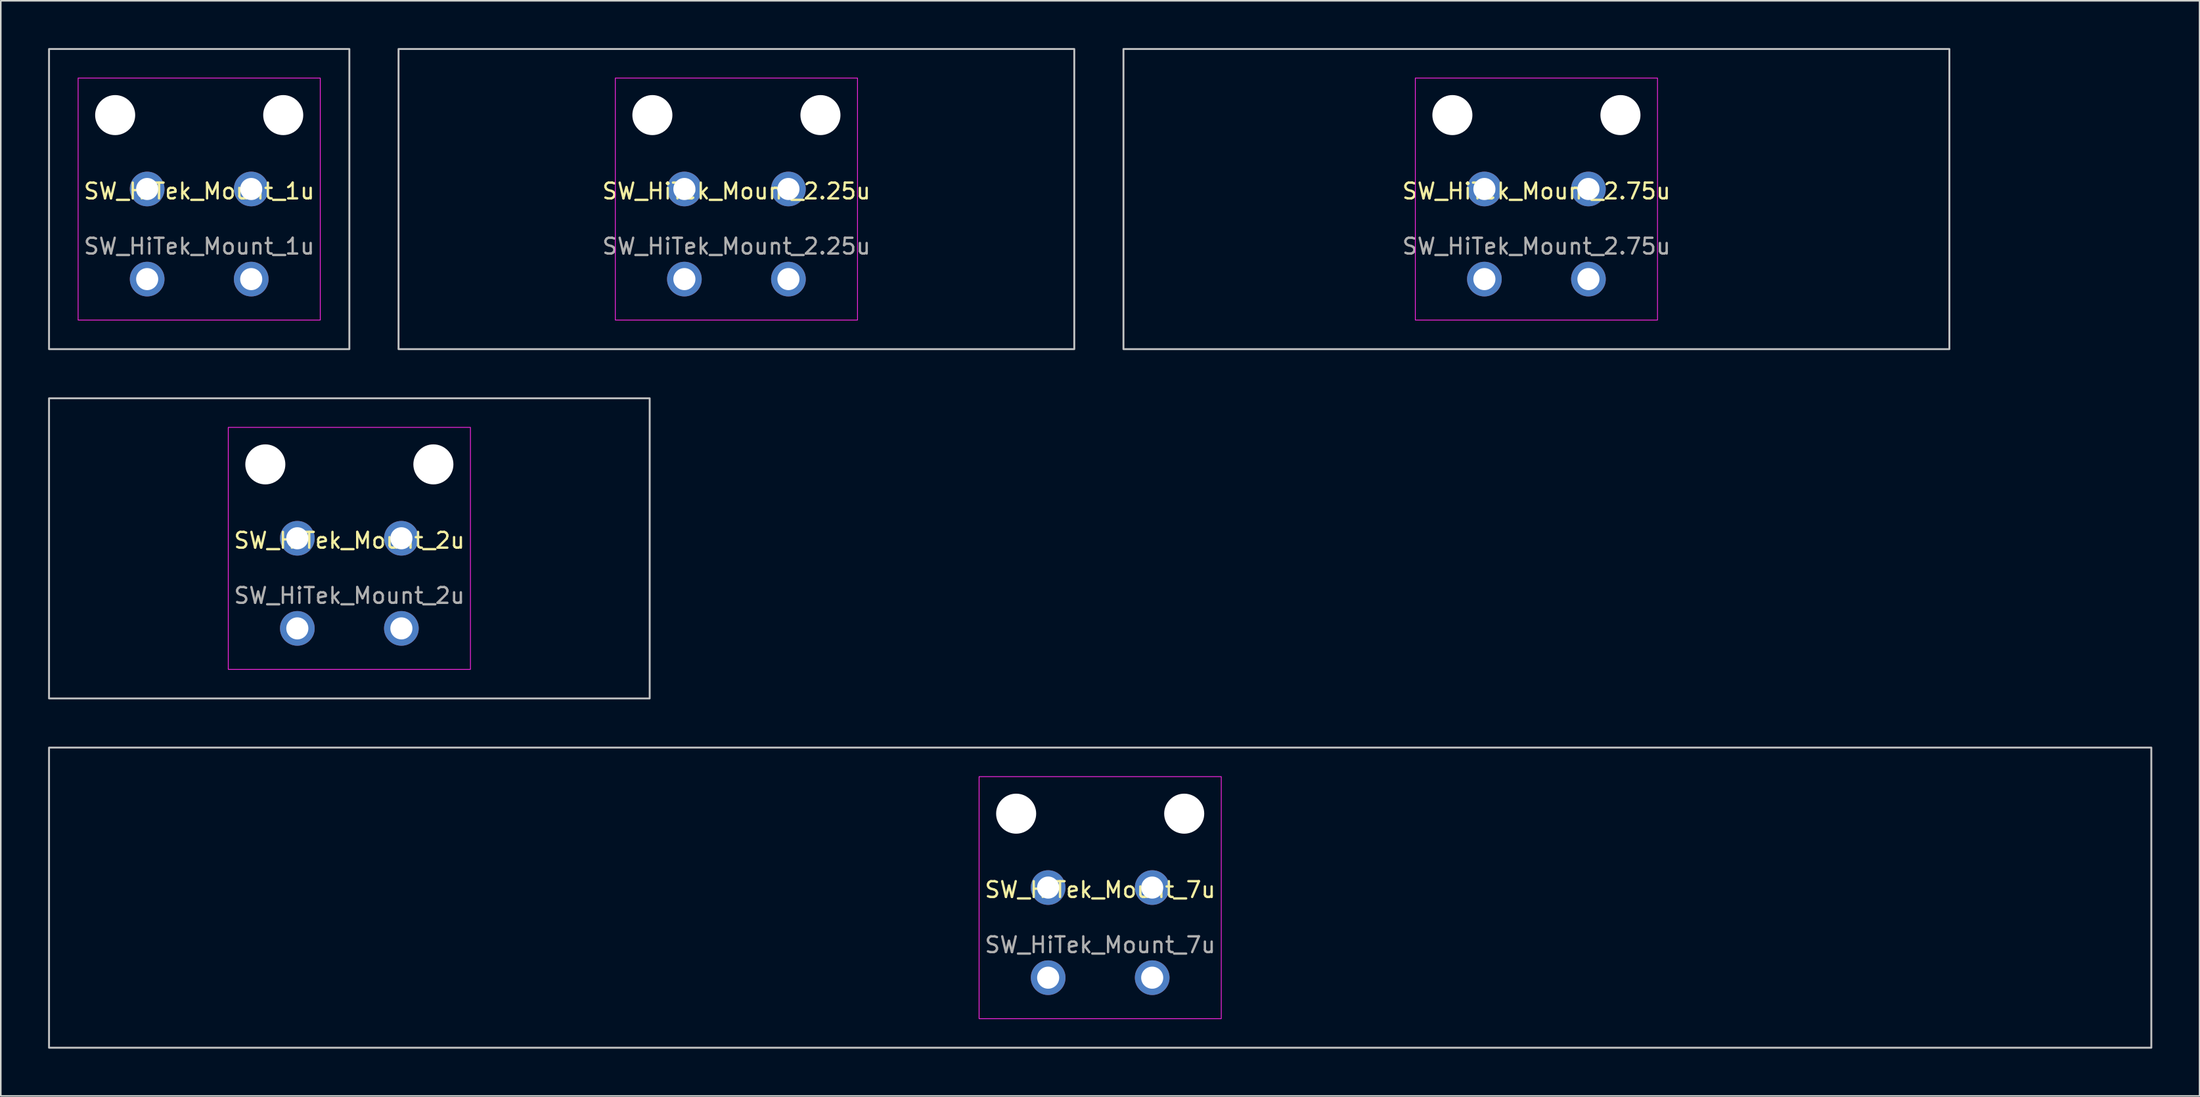
<source format=kicad_pcb>
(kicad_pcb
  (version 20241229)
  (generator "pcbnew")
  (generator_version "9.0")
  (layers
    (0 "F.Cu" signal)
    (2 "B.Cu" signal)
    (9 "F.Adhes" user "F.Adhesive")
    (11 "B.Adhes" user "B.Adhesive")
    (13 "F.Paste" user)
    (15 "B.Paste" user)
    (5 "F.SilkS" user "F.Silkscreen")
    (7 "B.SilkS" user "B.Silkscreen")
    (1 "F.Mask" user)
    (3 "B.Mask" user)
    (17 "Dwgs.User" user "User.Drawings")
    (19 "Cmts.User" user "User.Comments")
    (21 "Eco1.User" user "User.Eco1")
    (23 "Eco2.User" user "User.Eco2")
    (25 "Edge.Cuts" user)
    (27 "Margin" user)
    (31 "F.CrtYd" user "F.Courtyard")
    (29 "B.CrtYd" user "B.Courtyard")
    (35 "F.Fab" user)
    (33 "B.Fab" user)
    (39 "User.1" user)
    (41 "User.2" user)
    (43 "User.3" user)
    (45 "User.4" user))
  (footprint "SW_HiTek_Mount_7u"
    (layer "F.Cu")
    (at 66.735 53.925)
    (property "Reference" "SW_HiTek_Mount_7u" (at 0 -0.5 0) (unlocked yes) (layer "F.SilkS") (effects (font (size 1 1) (thickness 0.15))))
    (attr through_hole exclude_from_pos_files exclude_from_bom)
    (fp_rect (start -66.675 -9.525) (end 66.675 9.525) (stroke (width 0.12) (type solid)) (fill no) (layer "Dwgs.User"))
    (fp_line (start -7.81 7.31) (end -7.81 -7.31) (stroke (width 0.05) (type solid)) (layer "Eco2.User"))
    (fp_line (start -7.31 -7.81) (end 7.31 -7.81) (stroke (width 0.05) (type solid)) (layer "Eco2.User"))
    (fp_line (start 7.31 7.81) (end -7.31 7.81) (stroke (width 0.05) (type solid)) (layer "Eco2.User"))
    (fp_line (start 7.81 7.31) (end 7.81 -7.31) (stroke (width 0.05) (type solid)) (layer "Eco2.User"))
    (fp_arc (start -7.81 -7.31) (mid -7.663553 -7.663553) (end -7.31 -7.81) (stroke (width 0.05) (type solid)) (layer "Eco2.User"))
    (fp_arc (start -7.31 7.81) (mid -7.663553 7.663553) (end -7.81 7.31) (stroke (width 0.05) (type solid)) (layer "Eco2.User"))
    (fp_arc (start 7.31 -7.81) (mid 7.663553 -7.663553) (end 7.81 -7.31) (stroke (width 0.05) (type solid)) (layer "Eco2.User"))
    (fp_arc (start 7.81 7.31) (mid 7.663553 7.663553) (end 7.31 7.81) (stroke (width 0.05) (type solid)) (layer "Eco2.User"))
    (fp_rect (start -7.68 -7.68) (end 7.68 7.68) (stroke (width 0.05) (type solid)) (fill no) (layer "F.CrtYd"))
    (fp_text user "${REFERENCE}" (at 0 3 0) (layer "F.Fab") (effects (font (size 1 1) (thickness 0.15))))
    (pad "" np_thru_hole circle (at -5.33 -5.33) (size 2.54 2.54) (drill 2.54) (layers "*.Cu" "*.Mask"))
    (pad "" np_thru_hole circle (at 5.33 -5.33) (size 2.54 2.54) (drill 2.54) (layers "*.Cu" "*.Mask"))
    (pad "1" thru_hole circle (at -3.3 -0.64) (size 2.2 2.2) (drill 1.4) (layers "*.Cu" "B.Mask"))
    (pad "1" thru_hole circle (at -3.3 5.08) (size 2.2 2.2) (drill 1.4) (layers "*.Cu" "B.Mask"))
    (pad "2" thru_hole circle (at 3.3 -0.64) (size 2.2 2.2) (drill 1.4) (layers "*.Cu" "B.Mask"))
    (pad "2" thru_hole circle (at 3.3 5.08) (size 2.2 2.2) (drill 1.4) (layers "*.Cu" "B.Mask")))
  (footprint "SW_HiTek_Mount_1u"
    (layer "F.Cu")
    (at 9.585 9.585)
    (property "Reference" "SW_HiTek_Mount_1u" (at 0 -0.5 0) (unlocked yes) (layer "F.SilkS") (effects (font (size 1 1) (thickness 0.15))))
    (attr through_hole exclude_from_pos_files exclude_from_bom)
    (fp_rect (start -9.525 -9.525) (end 9.525 9.525) (stroke (width 0.12) (type solid)) (fill no) (layer "Dwgs.User"))
    (fp_line (start -7.81 7.31) (end -7.81 -7.31) (stroke (width 0.05) (type solid)) (layer "Eco2.User"))
    (fp_line (start -7.31 -7.81) (end 7.31 -7.81) (stroke (width 0.05) (type solid)) (layer "Eco2.User"))
    (fp_line (start 7.31 7.81) (end -7.31 7.81) (stroke (width 0.05) (type solid)) (layer "Eco2.User"))
    (fp_line (start 7.81 7.31) (end 7.81 -7.31) (stroke (width 0.05) (type solid)) (layer "Eco2.User"))
    (fp_arc (start -7.81 -7.31) (mid -7.663553 -7.663553) (end -7.31 -7.81) (stroke (width 0.05) (type solid)) (layer "Eco2.User"))
    (fp_arc (start -7.31 7.81) (mid -7.663553 7.663553) (end -7.81 7.31) (stroke (width 0.05) (type solid)) (layer "Eco2.User"))
    (fp_arc (start 7.31 -7.81) (mid 7.663553 -7.663553) (end 7.81 -7.31) (stroke (width 0.05) (type solid)) (layer "Eco2.User"))
    (fp_arc (start 7.81 7.31) (mid 7.663553 7.663553) (end 7.31 7.81) (stroke (width 0.05) (type solid)) (layer "Eco2.User"))
    (fp_rect (start -7.68 -7.68) (end 7.68 7.68) (stroke (width 0.05) (type solid)) (fill no) (layer "F.CrtYd"))
    (fp_text user "${REFERENCE}" (at 0 3 0) (layer "F.Fab") (effects (font (size 1 1) (thickness 0.15))))
    (pad "" np_thru_hole circle (at -5.33 -5.33) (size 2.54 2.54) (drill 2.54) (layers "*.Cu" "*.Mask"))
    (pad "" np_thru_hole circle (at 5.33 -5.33) (size 2.54 2.54) (drill 2.54) (layers "*.Cu" "*.Mask"))
    (pad "1" thru_hole circle (at -3.3 -0.64) (size 2.2 2.2) (drill 1.4) (layers "*.Cu" "B.Mask"))
    (pad "1" thru_hole circle (at -3.3 5.08) (size 2.2 2.2) (drill 1.4) (layers "*.Cu" "B.Mask"))
    (pad "2" thru_hole circle (at 3.3 -0.64) (size 2.2 2.2) (drill 1.4) (layers "*.Cu" "B.Mask"))
    (pad "2" thru_hole circle (at 3.3 5.08) (size 2.2 2.2) (drill 1.4) (layers "*.Cu" "B.Mask")))
  (footprint "SW_HiTek_Mount_2u"
    (layer "F.Cu")
    (at 19.11 31.755)
    (property "Reference" "SW_HiTek_Mount_2u" (at 0 -0.5 0) (unlocked yes) (layer "F.SilkS") (effects (font (size 1 1) (thickness 0.15))))
    (attr through_hole exclude_from_pos_files exclude_from_bom)
    (fp_rect (start -19.05 -9.525) (end 19.05 9.525) (stroke (width 0.12) (type solid)) (fill no) (layer "Dwgs.User"))
    (fp_line (start -7.81 7.31) (end -7.81 -7.31) (stroke (width 0.05) (type solid)) (layer "Eco2.User"))
    (fp_line (start -7.31 -7.81) (end 7.31 -7.81) (stroke (width 0.05) (type solid)) (layer "Eco2.User"))
    (fp_line (start 7.31 7.81) (end -7.31 7.81) (stroke (width 0.05) (type solid)) (layer "Eco2.User"))
    (fp_line (start 7.81 7.31) (end 7.81 -7.31) (stroke (width 0.05) (type solid)) (layer "Eco2.User"))
    (fp_arc (start -7.81 -7.31) (mid -7.663553 -7.663553) (end -7.31 -7.81) (stroke (width 0.05) (type solid)) (layer "Eco2.User"))
    (fp_arc (start -7.31 7.81) (mid -7.663553 7.663553) (end -7.81 7.31) (stroke (width 0.05) (type solid)) (layer "Eco2.User"))
    (fp_arc (start 7.31 -7.81) (mid 7.663553 -7.663553) (end 7.81 -7.31) (stroke (width 0.05) (type solid)) (layer "Eco2.User"))
    (fp_arc (start 7.81 7.31) (mid 7.663553 7.663553) (end 7.31 7.81) (stroke (width 0.05) (type solid)) (layer "Eco2.User"))
    (fp_rect (start -7.68 -7.68) (end 7.68 7.68) (stroke (width 0.05) (type solid)) (fill no) (layer "F.CrtYd"))
    (fp_text user "${REFERENCE}" (at 0 3 0) (layer "F.Fab") (effects (font (size 1 1) (thickness 0.15))))
    (pad "" np_thru_hole circle (at -5.33 -5.33) (size 2.54 2.54) (drill 2.54) (layers "*.Cu" "*.Mask"))
    (pad "" np_thru_hole circle (at 5.33 -5.33) (size 2.54 2.54) (drill 2.54) (layers "*.Cu" "*.Mask"))
    (pad "1" thru_hole circle (at -3.3 -0.64) (size 2.2 2.2) (drill 1.4) (layers "*.Cu" "B.Mask"))
    (pad "1" thru_hole circle (at -3.3 5.08) (size 2.2 2.2) (drill 1.4) (layers "*.Cu" "B.Mask"))
    (pad "2" thru_hole circle (at 3.3 -0.64) (size 2.2 2.2) (drill 1.4) (layers "*.Cu" "B.Mask"))
    (pad "2" thru_hole circle (at 3.3 5.08) (size 2.2 2.2) (drill 1.4) (layers "*.Cu" "B.Mask")))
  (footprint "SW_HiTek_Mount_2.25u"
    (layer "F.Cu")
    (at 43.661 9.585)
    (property "Reference" "SW_HiTek_Mount_2.25u" (at 0 -0.5 0) (unlocked yes) (layer "F.SilkS") (effects (font (size 1 1) (thickness 0.15))))
    (attr through_hole exclude_from_pos_files exclude_from_bom)
    (fp_rect (start -21.431 -9.525) (end 21.431 9.525) (stroke (width 0.12) (type solid)) (fill no) (layer "Dwgs.User"))
    (fp_line (start -7.81 7.31) (end -7.81 -7.31) (stroke (width 0.05) (type solid)) (layer "Eco2.User"))
    (fp_line (start -7.31 -7.81) (end 7.31 -7.81) (stroke (width 0.05) (type solid)) (layer "Eco2.User"))
    (fp_line (start 7.31 7.81) (end -7.31 7.81) (stroke (width 0.05) (type solid)) (layer "Eco2.User"))
    (fp_line (start 7.81 7.31) (end 7.81 -7.31) (stroke (width 0.05) (type solid)) (layer "Eco2.User"))
    (fp_arc (start -7.81 -7.31) (mid -7.663553 -7.663553) (end -7.31 -7.81) (stroke (width 0.05) (type solid)) (layer "Eco2.User"))
    (fp_arc (start -7.31 7.81) (mid -7.663553 7.663553) (end -7.81 7.31) (stroke (width 0.05) (type solid)) (layer "Eco2.User"))
    (fp_arc (start 7.31 -7.81) (mid 7.663553 -7.663553) (end 7.81 -7.31) (stroke (width 0.05) (type solid)) (layer "Eco2.User"))
    (fp_arc (start 7.81 7.31) (mid 7.663553 7.663553) (end 7.31 7.81) (stroke (width 0.05) (type solid)) (layer "Eco2.User"))
    (fp_rect (start -7.68 -7.68) (end 7.68 7.68) (stroke (width 0.05) (type solid)) (fill no) (layer "F.CrtYd"))
    (fp_text user "${REFERENCE}" (at 0 3 0) (layer "F.Fab") (effects (font (size 1 1) (thickness 0.15))))
    (pad "" np_thru_hole circle (at -5.33 -5.33) (size 2.54 2.54) (drill 2.54) (layers "*.Cu" "*.Mask"))
    (pad "" np_thru_hole circle (at 5.33 -5.33) (size 2.54 2.54) (drill 2.54) (layers "*.Cu" "*.Mask"))
    (pad "1" thru_hole circle (at -3.3 -0.64) (size 2.2 2.2) (drill 1.4) (layers "*.Cu" "B.Mask"))
    (pad "1" thru_hole circle (at -3.3 5.08) (size 2.2 2.2) (drill 1.4) (layers "*.Cu" "B.Mask"))
    (pad "2" thru_hole circle (at 3.3 -0.64) (size 2.2 2.2) (drill 1.4) (layers "*.Cu" "B.Mask"))
    (pad "2" thru_hole circle (at 3.3 5.08) (size 2.2 2.2) (drill 1.4) (layers "*.Cu" "B.Mask")))
  (footprint "SW_HiTek_Mount_2.75u"
    (layer "F.Cu")
    (at 94.406 9.585)
    (property "Reference" "SW_HiTek_Mount_2.75u" (at 0 -0.5 0) (unlocked yes) (layer "F.SilkS") (effects (font (size 1 1) (thickness 0.15))))
    (attr through_hole exclude_from_pos_files exclude_from_bom)
    (fp_rect (start -26.194 -9.525) (end 26.194 9.525) (stroke (width 0.12) (type solid)) (fill no) (layer "Dwgs.User"))
    (fp_line (start -7.81 7.31) (end -7.81 -7.31) (stroke (width 0.05) (type solid)) (layer "Eco2.User"))
    (fp_line (start -7.31 -7.81) (end 7.31 -7.81) (stroke (width 0.05) (type solid)) (layer "Eco2.User"))
    (fp_line (start 7.31 7.81) (end -7.31 7.81) (stroke (width 0.05) (type solid)) (layer "Eco2.User"))
    (fp_line (start 7.81 7.31) (end 7.81 -7.31) (stroke (width 0.05) (type solid)) (layer "Eco2.User"))
    (fp_arc (start -7.81 -7.31) (mid -7.663553 -7.663553) (end -7.31 -7.81) (stroke (width 0.05) (type solid)) (layer "Eco2.User"))
    (fp_arc (start -7.31 7.81) (mid -7.663553 7.663553) (end -7.81 7.31) (stroke (width 0.05) (type solid)) (layer "Eco2.User"))
    (fp_arc (start 7.31 -7.81) (mid 7.663553 -7.663553) (end 7.81 -7.31) (stroke (width 0.05) (type solid)) (layer "Eco2.User"))
    (fp_arc (start 7.81 7.31) (mid 7.663553 7.663553) (end 7.31 7.81) (stroke (width 0.05) (type solid)) (layer "Eco2.User"))
    (fp_rect (start -7.68 -7.68) (end 7.68 7.68) (stroke (width 0.05) (type solid)) (fill no) (layer "F.CrtYd"))
    (fp_text user "${REFERENCE}" (at 0 3 0) (layer "F.Fab") (effects (font (size 1 1) (thickness 0.15))))
    (pad "" np_thru_hole circle (at -5.33 -5.33) (size 2.54 2.54) (drill 2.54) (layers "*.Cu" "*.Mask"))
    (pad "" np_thru_hole circle (at 5.33 -5.33) (size 2.54 2.54) (drill 2.54) (layers "*.Cu" "*.Mask"))
    (pad "1" thru_hole circle (at -3.3 -0.64) (size 2.2 2.2) (drill 1.4) (layers "*.Cu" "B.Mask"))
    (pad "1" thru_hole circle (at -3.3 5.08) (size 2.2 2.2) (drill 1.4) (layers "*.Cu" "B.Mask"))
    (pad "2" thru_hole circle (at 3.3 -0.64) (size 2.2 2.2) (drill 1.4) (layers "*.Cu" "B.Mask"))
    (pad "2" thru_hole circle (at 3.3 5.08) (size 2.2 2.2) (drill 1.4) (layers "*.Cu" "B.Mask")))
  (gr_rect
    (start -3 -3)
    (end 136.47 66.51)
    (stroke (width 0.1) (type default))
    (fill no)
    (layer "Edge.Cuts")))
</source>
